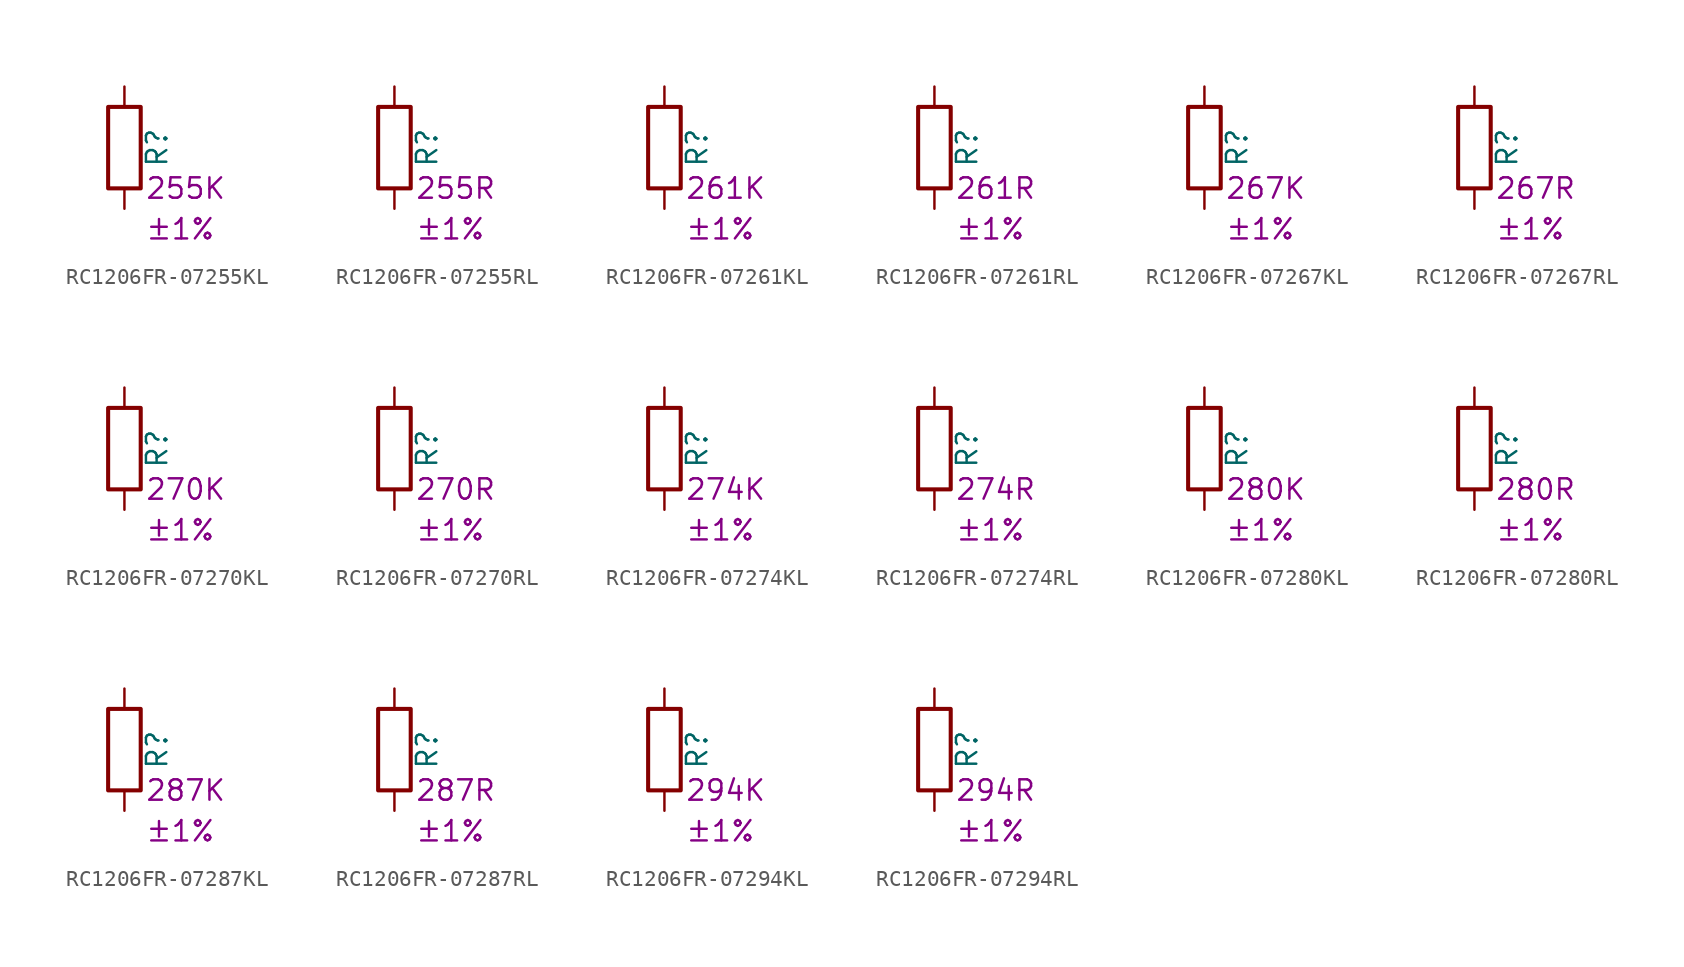
<source format=kicad_sym>
(kicad_symbol_lib
  (version 20220914)
  (generator kicad_symbol_editor)
  (symbol "RC1206FR-07255KL"
    (pin_numbers hide)
    (pin_names
      (offset 0))
    (property "Reference" "R"
      (at 2.032 0 90)
      (effects (font (size 1.27 1.27))))
    (property "Resistance" "255K"
      (at 1.27 -2.54 0)
      (effects (font (size 1.27 1.27)) (justify left)))
    (property "Tolerance" "±1%"
      (at 1.27 -5.08 0)
      (effects (font (size 1.27 1.27)) (justify left)))
    (symbol "RC1206FR-07255KL_0_1"
      (rectangle (start -1.016 -2.54) (end 1.016 2.54) (stroke (width 0.254) (type default)) (fill (type none))))
    (symbol "RC1206FR-07255KL_1_1"
      (pin passive line (at 0 3.81 270) (length 1.27) (name "~" (effects (font (size 1.27 1.27)))) (number "1" (effects (font (size 1.27 1.27)))))
      (pin passive line (at 0 -3.81 90) (length 1.27) (name "~" (effects (font (size 1.27 1.27)))) (number "2" (effects (font (size 1.27 1.27)))))))
  (symbol "RC1206FR-07255RL"
    (pin_numbers hide)
    (pin_names
      (offset 0))
    (property "Reference" "R"
      (at 2.032 0 90)
      (effects (font (size 1.27 1.27))))
    (property "Resistance" "255R"
      (at 1.27 -2.54 0)
      (effects (font (size 1.27 1.27)) (justify left)))
    (property "Tolerance" "±1%"
      (at 1.27 -5.08 0)
      (effects (font (size 1.27 1.27)) (justify left)))
    (symbol "RC1206FR-07255RL_0_1"
      (rectangle (start -1.016 -2.54) (end 1.016 2.54) (stroke (width 0.254) (type default)) (fill (type none))))
    (symbol "RC1206FR-07255RL_1_1"
      (pin passive line (at 0 3.81 270) (length 1.27) (name "~" (effects (font (size 1.27 1.27)))) (number "1" (effects (font (size 1.27 1.27)))))
      (pin passive line (at 0 -3.81 90) (length 1.27) (name "~" (effects (font (size 1.27 1.27)))) (number "2" (effects (font (size 1.27 1.27)))))))
  (symbol "RC1206FR-07261KL"
    (pin_numbers hide)
    (pin_names
      (offset 0))
    (property "Reference" "R"
      (at 2.032 0 90)
      (effects (font (size 1.27 1.27))))
    (property "Resistance" "261K"
      (at 1.27 -2.54 0)
      (effects (font (size 1.27 1.27)) (justify left)))
    (property "Tolerance" "±1%"
      (at 1.27 -5.08 0)
      (effects (font (size 1.27 1.27)) (justify left)))
    (symbol "RC1206FR-07261KL_0_1"
      (rectangle (start -1.016 -2.54) (end 1.016 2.54) (stroke (width 0.254) (type default)) (fill (type none))))
    (symbol "RC1206FR-07261KL_1_1"
      (pin passive line (at 0 3.81 270) (length 1.27) (name "~" (effects (font (size 1.27 1.27)))) (number "1" (effects (font (size 1.27 1.27)))))
      (pin passive line (at 0 -3.81 90) (length 1.27) (name "~" (effects (font (size 1.27 1.27)))) (number "2" (effects (font (size 1.27 1.27)))))))
  (symbol "RC1206FR-07261RL"
    (pin_numbers hide)
    (pin_names
      (offset 0))
    (property "Reference" "R"
      (at 2.032 0 90)
      (effects (font (size 1.27 1.27))))
    (property "Resistance" "261R"
      (at 1.27 -2.54 0)
      (effects (font (size 1.27 1.27)) (justify left)))
    (property "Tolerance" "±1%"
      (at 1.27 -5.08 0)
      (effects (font (size 1.27 1.27)) (justify left)))
    (symbol "RC1206FR-07261RL_0_1"
      (rectangle (start -1.016 -2.54) (end 1.016 2.54) (stroke (width 0.254) (type default)) (fill (type none))))
    (symbol "RC1206FR-07261RL_1_1"
      (pin passive line (at 0 3.81 270) (length 1.27) (name "~" (effects (font (size 1.27 1.27)))) (number "1" (effects (font (size 1.27 1.27)))))
      (pin passive line (at 0 -3.81 90) (length 1.27) (name "~" (effects (font (size 1.27 1.27)))) (number "2" (effects (font (size 1.27 1.27)))))))
  (symbol "RC1206FR-07267KL"
    (pin_numbers hide)
    (pin_names
      (offset 0))
    (property "Reference" "R"
      (at 2.032 0 90)
      (effects (font (size 1.27 1.27))))
    (property "Resistance" "267K"
      (at 1.27 -2.54 0)
      (effects (font (size 1.27 1.27)) (justify left)))
    (property "Tolerance" "±1%"
      (at 1.27 -5.08 0)
      (effects (font (size 1.27 1.27)) (justify left)))
    (symbol "RC1206FR-07267KL_0_1"
      (rectangle (start -1.016 -2.54) (end 1.016 2.54) (stroke (width 0.254) (type default)) (fill (type none))))
    (symbol "RC1206FR-07267KL_1_1"
      (pin passive line (at 0 3.81 270) (length 1.27) (name "~" (effects (font (size 1.27 1.27)))) (number "1" (effects (font (size 1.27 1.27)))))
      (pin passive line (at 0 -3.81 90) (length 1.27) (name "~" (effects (font (size 1.27 1.27)))) (number "2" (effects (font (size 1.27 1.27)))))))
  (symbol "RC1206FR-07267RL"
    (pin_numbers hide)
    (pin_names
      (offset 0))
    (property "Reference" "R"
      (at 2.032 0 90)
      (effects (font (size 1.27 1.27))))
    (property "Resistance" "267R"
      (at 1.27 -2.54 0)
      (effects (font (size 1.27 1.27)) (justify left)))
    (property "Tolerance" "±1%"
      (at 1.27 -5.08 0)
      (effects (font (size 1.27 1.27)) (justify left)))
    (symbol "RC1206FR-07267RL_0_1"
      (rectangle (start -1.016 -2.54) (end 1.016 2.54) (stroke (width 0.254) (type default)) (fill (type none))))
    (symbol "RC1206FR-07267RL_1_1"
      (pin passive line (at 0 3.81 270) (length 1.27) (name "~" (effects (font (size 1.27 1.27)))) (number "1" (effects (font (size 1.27 1.27)))))
      (pin passive line (at 0 -3.81 90) (length 1.27) (name "~" (effects (font (size 1.27 1.27)))) (number "2" (effects (font (size 1.27 1.27)))))))
  (symbol "RC1206FR-07270KL"
    (pin_numbers hide)
    (pin_names
      (offset 0))
    (property "Reference" "R"
      (at 2.032 0 90)
      (effects (font (size 1.27 1.27))))
    (property "Resistance" "270K"
      (at 1.27 -2.54 0)
      (effects (font (size 1.27 1.27)) (justify left)))
    (property "Tolerance" "±1%"
      (at 1.27 -5.08 0)
      (effects (font (size 1.27 1.27)) (justify left)))
    (symbol "RC1206FR-07270KL_0_1"
      (rectangle (start -1.016 -2.54) (end 1.016 2.54) (stroke (width 0.254) (type default)) (fill (type none))))
    (symbol "RC1206FR-07270KL_1_1"
      (pin passive line (at 0 3.81 270) (length 1.27) (name "~" (effects (font (size 1.27 1.27)))) (number "1" (effects (font (size 1.27 1.27)))))
      (pin passive line (at 0 -3.81 90) (length 1.27) (name "~" (effects (font (size 1.27 1.27)))) (number "2" (effects (font (size 1.27 1.27)))))))
  (symbol "RC1206FR-07270RL"
    (pin_numbers hide)
    (pin_names
      (offset 0))
    (property "Reference" "R"
      (at 2.032 0 90)
      (effects (font (size 1.27 1.27))))
    (property "Resistance" "270R"
      (at 1.27 -2.54 0)
      (effects (font (size 1.27 1.27)) (justify left)))
    (property "Tolerance" "±1%"
      (at 1.27 -5.08 0)
      (effects (font (size 1.27 1.27)) (justify left)))
    (symbol "RC1206FR-07270RL_0_1"
      (rectangle (start -1.016 -2.54) (end 1.016 2.54) (stroke (width 0.254) (type default)) (fill (type none))))
    (symbol "RC1206FR-07270RL_1_1"
      (pin passive line (at 0 3.81 270) (length 1.27) (name "~" (effects (font (size 1.27 1.27)))) (number "1" (effects (font (size 1.27 1.27)))))
      (pin passive line (at 0 -3.81 90) (length 1.27) (name "~" (effects (font (size 1.27 1.27)))) (number "2" (effects (font (size 1.27 1.27)))))))
  (symbol "RC1206FR-07274KL"
    (pin_numbers hide)
    (pin_names
      (offset 0))
    (property "Reference" "R"
      (at 2.032 0 90)
      (effects (font (size 1.27 1.27))))
    (property "Resistance" "274K"
      (at 1.27 -2.54 0)
      (effects (font (size 1.27 1.27)) (justify left)))
    (property "Tolerance" "±1%"
      (at 1.27 -5.08 0)
      (effects (font (size 1.27 1.27)) (justify left)))
    (symbol "RC1206FR-07274KL_0_1"
      (rectangle (start -1.016 -2.54) (end 1.016 2.54) (stroke (width 0.254) (type default)) (fill (type none))))
    (symbol "RC1206FR-07274KL_1_1"
      (pin passive line (at 0 3.81 270) (length 1.27) (name "~" (effects (font (size 1.27 1.27)))) (number "1" (effects (font (size 1.27 1.27)))))
      (pin passive line (at 0 -3.81 90) (length 1.27) (name "~" (effects (font (size 1.27 1.27)))) (number "2" (effects (font (size 1.27 1.27)))))))
  (symbol "RC1206FR-07274RL"
    (pin_numbers hide)
    (pin_names
      (offset 0))
    (property "Reference" "R"
      (at 2.032 0 90)
      (effects (font (size 1.27 1.27))))
    (property "Resistance" "274R"
      (at 1.27 -2.54 0)
      (effects (font (size 1.27 1.27)) (justify left)))
    (property "Tolerance" "±1%"
      (at 1.27 -5.08 0)
      (effects (font (size 1.27 1.27)) (justify left)))
    (symbol "RC1206FR-07274RL_0_1"
      (rectangle (start -1.016 -2.54) (end 1.016 2.54) (stroke (width 0.254) (type default)) (fill (type none))))
    (symbol "RC1206FR-07274RL_1_1"
      (pin passive line (at 0 3.81 270) (length 1.27) (name "~" (effects (font (size 1.27 1.27)))) (number "1" (effects (font (size 1.27 1.27)))))
      (pin passive line (at 0 -3.81 90) (length 1.27) (name "~" (effects (font (size 1.27 1.27)))) (number "2" (effects (font (size 1.27 1.27)))))))
  (symbol "RC1206FR-07280KL"
    (pin_numbers hide)
    (pin_names
      (offset 0))
    (property "Reference" "R"
      (at 2.032 0 90)
      (effects (font (size 1.27 1.27))))
    (property "Resistance" "280K"
      (at 1.27 -2.54 0)
      (effects (font (size 1.27 1.27)) (justify left)))
    (property "Tolerance" "±1%"
      (at 1.27 -5.08 0)
      (effects (font (size 1.27 1.27)) (justify left)))
    (symbol "RC1206FR-07280KL_0_1"
      (rectangle (start -1.016 -2.54) (end 1.016 2.54) (stroke (width 0.254) (type default)) (fill (type none))))
    (symbol "RC1206FR-07280KL_1_1"
      (pin passive line (at 0 3.81 270) (length 1.27) (name "~" (effects (font (size 1.27 1.27)))) (number "1" (effects (font (size 1.27 1.27)))))
      (pin passive line (at 0 -3.81 90) (length 1.27) (name "~" (effects (font (size 1.27 1.27)))) (number "2" (effects (font (size 1.27 1.27)))))))
  (symbol "RC1206FR-07280RL"
    (pin_numbers hide)
    (pin_names
      (offset 0))
    (property "Reference" "R"
      (at 2.032 0 90)
      (effects (font (size 1.27 1.27))))
    (property "Resistance" "280R"
      (at 1.27 -2.54 0)
      (effects (font (size 1.27 1.27)) (justify left)))
    (property "Tolerance" "±1%"
      (at 1.27 -5.08 0)
      (effects (font (size 1.27 1.27)) (justify left)))
    (symbol "RC1206FR-07280RL_0_1"
      (rectangle (start -1.016 -2.54) (end 1.016 2.54) (stroke (width 0.254) (type default)) (fill (type none))))
    (symbol "RC1206FR-07280RL_1_1"
      (pin passive line (at 0 3.81 270) (length 1.27) (name "~" (effects (font (size 1.27 1.27)))) (number "1" (effects (font (size 1.27 1.27)))))
      (pin passive line (at 0 -3.81 90) (length 1.27) (name "~" (effects (font (size 1.27 1.27)))) (number "2" (effects (font (size 1.27 1.27)))))))
  (symbol "RC1206FR-07287KL"
    (pin_numbers hide)
    (pin_names
      (offset 0))
    (property "Reference" "R"
      (at 2.032 0 90)
      (effects (font (size 1.27 1.27))))
    (property "Resistance" "287K"
      (at 1.27 -2.54 0)
      (effects (font (size 1.27 1.27)) (justify left)))
    (property "Tolerance" "±1%"
      (at 1.27 -5.08 0)
      (effects (font (size 1.27 1.27)) (justify left)))
    (symbol "RC1206FR-07287KL_0_1"
      (rectangle (start -1.016 -2.54) (end 1.016 2.54) (stroke (width 0.254) (type default)) (fill (type none))))
    (symbol "RC1206FR-07287KL_1_1"
      (pin passive line (at 0 3.81 270) (length 1.27) (name "~" (effects (font (size 1.27 1.27)))) (number "1" (effects (font (size 1.27 1.27)))))
      (pin passive line (at 0 -3.81 90) (length 1.27) (name "~" (effects (font (size 1.27 1.27)))) (number "2" (effects (font (size 1.27 1.27)))))))
  (symbol "RC1206FR-07287RL"
    (pin_numbers hide)
    (pin_names
      (offset 0))
    (property "Reference" "R"
      (at 2.032 0 90)
      (effects (font (size 1.27 1.27))))
    (property "Resistance" "287R"
      (at 1.27 -2.54 0)
      (effects (font (size 1.27 1.27)) (justify left)))
    (property "Tolerance" "±1%"
      (at 1.27 -5.08 0)
      (effects (font (size 1.27 1.27)) (justify left)))
    (symbol "RC1206FR-07287RL_0_1"
      (rectangle (start -1.016 -2.54) (end 1.016 2.54) (stroke (width 0.254) (type default)) (fill (type none))))
    (symbol "RC1206FR-07287RL_1_1"
      (pin passive line (at 0 3.81 270) (length 1.27) (name "~" (effects (font (size 1.27 1.27)))) (number "1" (effects (font (size 1.27 1.27)))))
      (pin passive line (at 0 -3.81 90) (length 1.27) (name "~" (effects (font (size 1.27 1.27)))) (number "2" (effects (font (size 1.27 1.27)))))))
  (symbol "RC1206FR-07294KL"
    (pin_numbers hide)
    (pin_names
      (offset 0))
    (property "Reference" "R"
      (at 2.032 0 90)
      (effects (font (size 1.27 1.27))))
    (property "Resistance" "294K"
      (at 1.27 -2.54 0)
      (effects (font (size 1.27 1.27)) (justify left)))
    (property "Tolerance" "±1%"
      (at 1.27 -5.08 0)
      (effects (font (size 1.27 1.27)) (justify left)))
    (symbol "RC1206FR-07294KL_0_1"
      (rectangle (start -1.016 -2.54) (end 1.016 2.54) (stroke (width 0.254) (type default)) (fill (type none))))
    (symbol "RC1206FR-07294KL_1_1"
      (pin passive line (at 0 3.81 270) (length 1.27) (name "~" (effects (font (size 1.27 1.27)))) (number "1" (effects (font (size 1.27 1.27)))))
      (pin passive line (at 0 -3.81 90) (length 1.27) (name "~" (effects (font (size 1.27 1.27)))) (number "2" (effects (font (size 1.27 1.27)))))))
  (symbol "RC1206FR-07294RL"
    (pin_numbers hide)
    (pin_names
      (offset 0))
    (property "Reference" "R"
      (at 2.032 0 90)
      (effects (font (size 1.27 1.27))))
    (property "Resistance" "294R"
      (at 1.27 -2.54 0)
      (effects (font (size 1.27 1.27)) (justify left)))
    (property "Tolerance" "±1%"
      (at 1.27 -5.08 0)
      (effects (font (size 1.27 1.27)) (justify left)))
    (symbol "RC1206FR-07294RL_0_1"
      (rectangle (start -1.016 -2.54) (end 1.016 2.54) (stroke (width 0.254) (type default)) (fill (type none))))
    (symbol "RC1206FR-07294RL_1_1"
      (pin passive line (at 0 3.81 270) (length 1.27) (name "~" (effects (font (size 1.27 1.27)))) (number "1" (effects (font (size 1.27 1.27)))))
      (pin passive line (at 0 -3.81 90) (length 1.27) (name "~" (effects (font (size 1.27 1.27)))) (number "2" (effects (font (size 1.27 1.27))))))))
</source>
